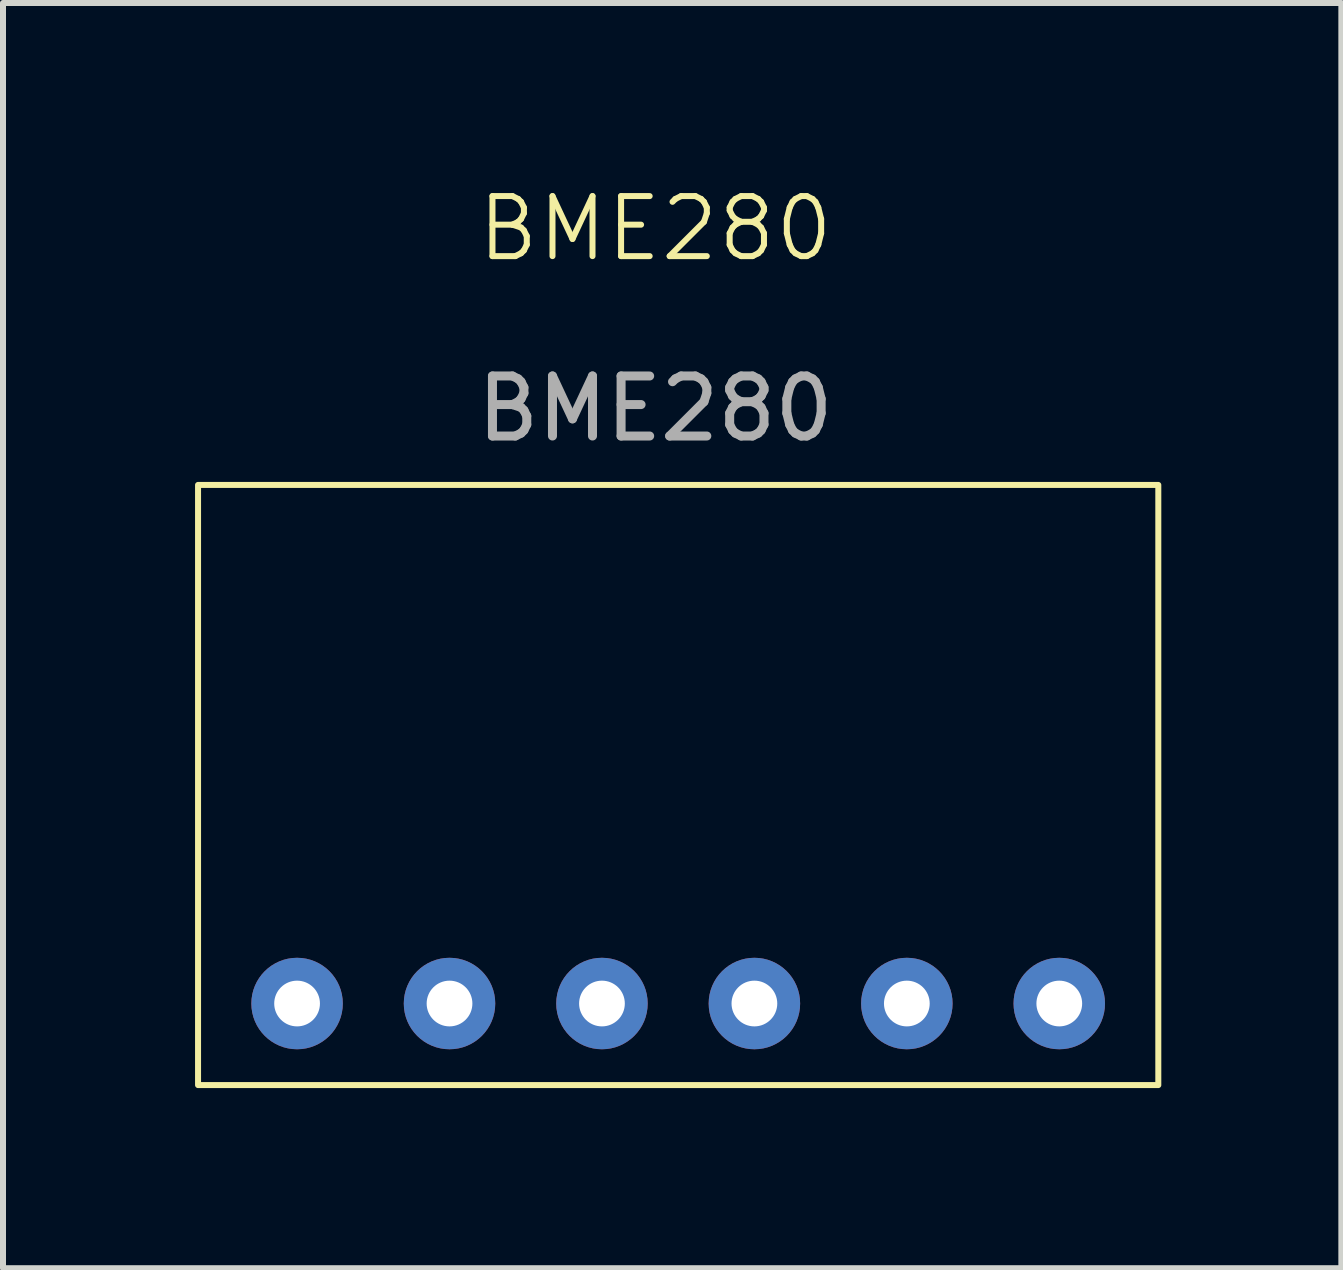
<source format=kicad_pcb>
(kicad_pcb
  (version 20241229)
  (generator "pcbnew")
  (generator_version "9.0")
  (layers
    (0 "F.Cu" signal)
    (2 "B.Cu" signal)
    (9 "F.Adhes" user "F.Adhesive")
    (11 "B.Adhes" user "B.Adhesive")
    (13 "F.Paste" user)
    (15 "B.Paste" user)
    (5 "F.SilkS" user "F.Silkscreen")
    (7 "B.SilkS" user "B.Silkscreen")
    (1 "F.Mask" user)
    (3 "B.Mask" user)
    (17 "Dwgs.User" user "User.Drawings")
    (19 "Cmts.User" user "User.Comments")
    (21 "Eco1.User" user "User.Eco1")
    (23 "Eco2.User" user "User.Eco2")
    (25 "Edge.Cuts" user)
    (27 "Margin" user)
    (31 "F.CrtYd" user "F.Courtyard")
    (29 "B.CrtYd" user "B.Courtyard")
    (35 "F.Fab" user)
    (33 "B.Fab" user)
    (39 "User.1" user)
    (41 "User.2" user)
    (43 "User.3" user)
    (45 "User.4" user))
  (footprint "BME280"
    (layer "F.Cu")
    (at 0.25 5.03)
    (property "Reference" "BME280" (at 7.62 -4.27 0) (unlocked yes) (layer "F.SilkS") (effects (font (size 1 1) (thickness 0.1))))
    (attr smd)
    (fp_rect (start 0 0) (end 16 10) (stroke (width 0.1) (type default)) (fill no) (layer "F.SilkS"))
    (fp_text user "${REFERENCE}" (at 7.62 -1.27 0) (unlocked yes) (layer "F.Fab") (effects (font (size 1 1) (thickness 0.15))))
    (pad "1" thru_hole circle (at 1.65 8.641) (size 1.524 1.524) (drill 0.762) (layers "*.Cu" "*.Mask"))
    (pad "2" thru_hole circle (at 4.19 8.641) (size 1.524 1.524) (drill 0.762) (layers "*.Cu" "*.Mask"))
    (pad "3" thru_hole circle (at 6.73 8.641) (size 1.524 1.524) (drill 0.762) (layers "*.Cu" "*.Mask"))
    (pad "4" thru_hole circle (at 9.27 8.641) (size 1.524 1.524) (drill 0.762) (layers "*.Cu" "*.Mask"))
    (pad "5" thru_hole circle (at 11.81 8.641) (size 1.524 1.524) (drill 0.762) (layers "*.Cu" "*.Mask"))
    (pad "6" thru_hole circle (at 14.35 8.641) (size 1.524 1.524) (drill 0.762) (layers "*.Cu" "*.Mask")))
  (gr_rect
    (start -3 -3)
    (end 19.3 18.081)
    (stroke (width 0.1) (type default))
    (fill no)
    (layer "Edge.Cuts")))
</source>
